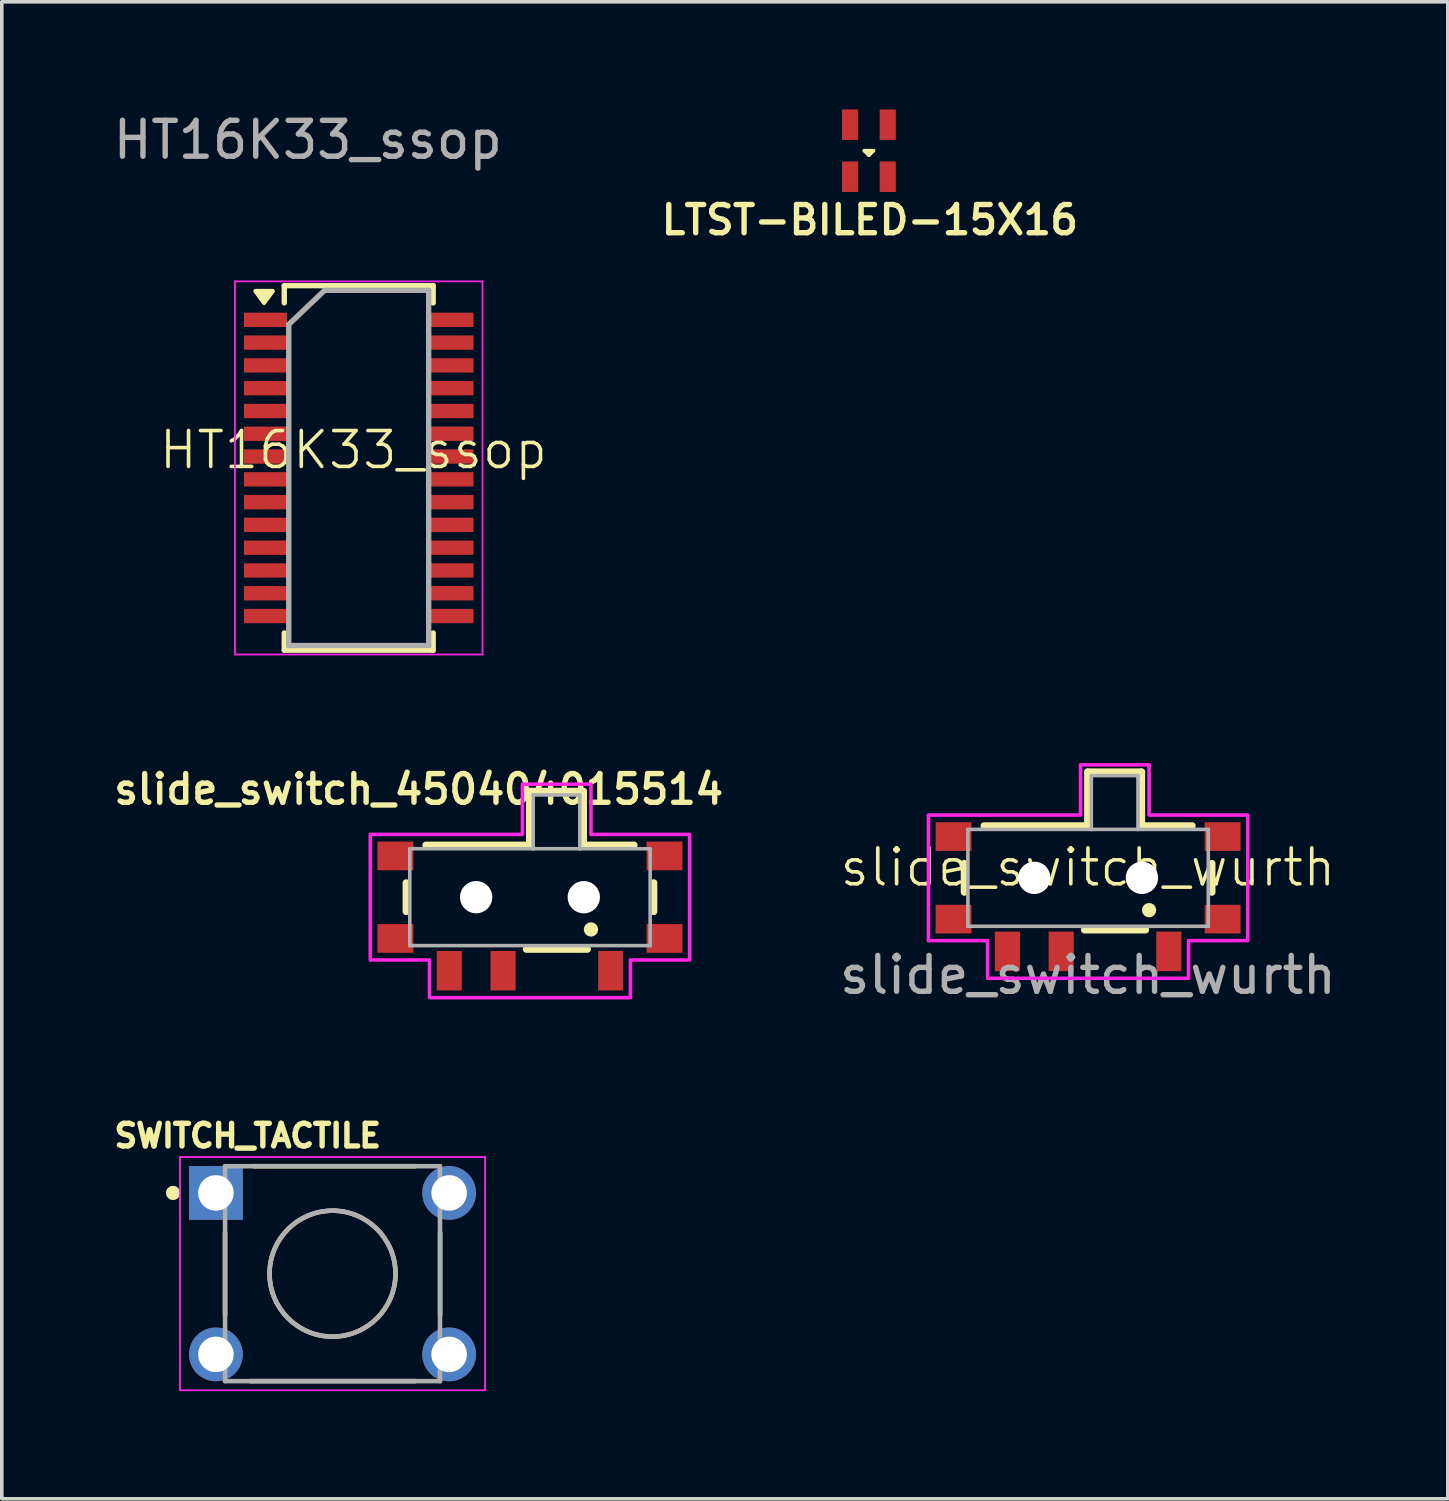
<source format=kicad_pcb>
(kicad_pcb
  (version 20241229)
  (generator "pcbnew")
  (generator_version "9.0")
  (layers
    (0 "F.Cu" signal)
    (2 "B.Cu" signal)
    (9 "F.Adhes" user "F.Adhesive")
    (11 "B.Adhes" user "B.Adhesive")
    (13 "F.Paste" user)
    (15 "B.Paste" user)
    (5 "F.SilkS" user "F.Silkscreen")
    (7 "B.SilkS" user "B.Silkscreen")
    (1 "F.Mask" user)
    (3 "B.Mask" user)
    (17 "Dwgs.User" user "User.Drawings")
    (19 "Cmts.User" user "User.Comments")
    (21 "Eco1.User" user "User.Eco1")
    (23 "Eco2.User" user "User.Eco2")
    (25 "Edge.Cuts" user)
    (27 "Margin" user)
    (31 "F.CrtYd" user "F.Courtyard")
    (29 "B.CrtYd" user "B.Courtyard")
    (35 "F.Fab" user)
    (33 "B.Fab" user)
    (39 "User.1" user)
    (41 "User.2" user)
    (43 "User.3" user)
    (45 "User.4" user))
  (footprint "SWITCH_TACTILE"
    (layer "F.Cu")
    (at 6.218 32.449)
    (property "Reference" "SWITCH_TACTILE" (at -2.363 -3.844 0) (layer "F.SilkS") (effects (font (size 0.631 0.631) (thickness 0.15))))
    (attr through_hole)
    (fp_line (start -2.995 -1.15) (end -2.995 1.15) (stroke (width 0.127) (type solid)) (layer "F.SilkS"))
    (fp_line (start -2.2 -2.995) (end 2.3 -2.995) (stroke (width 0.127) (type solid)) (layer "F.SilkS"))
    (fp_line (start 2.3 2.995) (end -2.3 2.995) (stroke (width 0.127) (type solid)) (layer "F.SilkS"))
    (fp_line (start 3 -1.15) (end 3 1.15) (stroke (width 0.127) (type solid)) (layer "F.SilkS"))
    (fp_circle (center -4.445 -2.25) (end -4.345 -2.25) (stroke (width 0.2) (type solid)) (fill no) (layer "F.SilkS"))
    (fp_circle (center 0 0) (end 1.755 0) (stroke (width 0.127) (type solid)) (fill no) (layer "F.SilkS"))
    (fp_line (start -4.25 -3.25) (end -4.25 3.25) (stroke (width 0.05) (type solid)) (layer "F.CrtYd"))
    (fp_line (start -4.25 3.25) (end 4.25 3.25) (stroke (width 0.05) (type solid)) (layer "F.CrtYd"))
    (fp_line (start 4.25 -3.25) (end -4.25 -3.25) (stroke (width 0.05) (type solid)) (layer "F.CrtYd"))
    (fp_line (start 4.25 3.25) (end 4.25 -3.25) (stroke (width 0.05) (type solid)) (layer "F.CrtYd"))
    (fp_line (start -2.995 -2.995) (end -2.995 2.995) (stroke (width 0.127) (type solid)) (layer "F.Fab"))
    (fp_line (start -2.995 2.995) (end 2.995 2.995) (stroke (width 0.127) (type solid)) (layer "F.Fab"))
    (fp_line (start 2.995 -2.995) (end -2.995 -2.995) (stroke (width 0.127) (type solid)) (layer "F.Fab"))
    (fp_line (start 2.995 2.995) (end 2.995 -2.995) (stroke (width 0.127) (type solid)) (layer "F.Fab"))
    (fp_circle (center 0 0) (end 1.755 0) (stroke (width 0.127) (type solid)) (fill no) (layer "F.Fab"))
    (pad "1" thru_hole rect (at -3.25 -2.25) (size 1.498 1.498) (drill 0.99) (layers "*.Cu" "*.Mask"))
    (pad "1" thru_hole circle (at 3.25 -2.25) (size 1.498 1.498) (drill 0.99) (layers "*.Cu" "*.Mask"))
    (pad "2" thru_hole circle (at -3.25 2.25) (size 1.498 1.498) (drill 0.99) (layers "*.Cu" "*.Mask"))
    (pad "2" thru_hole circle (at 3.25 2.25) (size 1.498 1.498) (drill 0.99) (layers "*.Cu" "*.Mask")))
  (footprint "slide_switch_wurth"
    (layer "F.Cu")
    (at 27.272 21.624)
    (property "Reference" "slide_switch_wurth" (at 0 -0.5 0) (unlocked yes) (layer "F.SilkS") (effects (font (size 1 1) (thickness 0.1))))
    (attr smd)
    (fp_line (start -3.445 -0.607) (end -3.445 0.193) (stroke (width 0.2) (type solid)) (layer "F.SilkS"))
    (fp_line (start -2.895 -1.657) (end -0.005 -1.657) (stroke (width 0.2) (type solid)) (layer "F.SilkS"))
    (fp_line (start -0.095 1.243) (end 1.605 1.243) (stroke (width 0.2) (type solid)) (layer "F.SilkS"))
    (fp_line (start -0.005 -3.157) (end 1.495 -3.157) (stroke (width 0.2) (type solid)) (layer "F.SilkS"))
    (fp_line (start -0.005 -1.657) (end -0.005 -3.157) (stroke (width 0.2) (type solid)) (layer "F.SilkS"))
    (fp_line (start 1.495 -3.157) (end 1.495 -1.657) (stroke (width 0.2) (type solid)) (layer "F.SilkS"))
    (fp_line (start 1.495 -1.657) (end 2.905 -1.657) (stroke (width 0.2) (type solid)) (layer "F.SilkS"))
    (fp_line (start 3.455 0.193) (end 3.455 -0.607) (stroke (width 0.2) (type solid)) (layer "F.SilkS"))
    (fp_circle (center 1.705 0.693) (end 1.805 0.693) (stroke (width 0.2) (type solid)) (fill no) (layer "F.SilkS"))
    (fp_poly (pts (xy -0.205 -3.357) (xy 1.705 -3.357) (xy 1.705 -1.957) (xy 4.455 -1.957) (xy 4.455 1.543) (xy 2.805 1.543) (xy 2.805 2.593) (xy -2.795 2.593) (xy -2.795 1.543) (xy -4.445 1.543) (xy -4.445 -1.957) (xy -0.205 -1.957)) (stroke (width 0.1) (type solid)) (fill no) (layer "F.CrtYd"))
    (fp_line (start -3.345 -1.557) (end 0.095 -1.557) (stroke (width 0.1) (type solid)) (layer "F.Fab"))
    (fp_line (start -3.345 1.143) (end -3.345 -1.557) (stroke (width 0.1) (type solid)) (layer "F.Fab"))
    (fp_line (start 0.095 -3.057) (end 1.395 -3.057) (stroke (width 0.1) (type solid)) (layer "F.Fab"))
    (fp_line (start 0.095 -1.557) (end 0.095 -3.057) (stroke (width 0.1) (type solid)) (layer "F.Fab"))
    (fp_line (start 0.095 -1.557) (end 1.395 -1.557) (stroke (width 0.1) (type solid)) (layer "F.Fab"))
    (fp_line (start 1.395 -3.057) (end 1.395 -1.557) (stroke (width 0.1) (type solid)) (layer "F.Fab"))
    (fp_line (start 1.395 -1.557) (end 3.355 -1.557) (stroke (width 0.1) (type solid)) (layer "F.Fab"))
    (fp_line (start 3.355 -1.557) (end 3.355 1.143) (stroke (width 0.1) (type solid)) (layer "F.Fab"))
    (fp_line (start 3.355 1.143) (end -3.345 1.143) (stroke (width 0.1) (type solid)) (layer "F.Fab"))
    (fp_text user "${REFERENCE}" (at 0 2.5 0) (unlocked yes) (layer "F.Fab") (effects (font (size 1 1) (thickness 0.15))))
    (pad "" np_thru_hole circle (at -1.495 -0.207) (size 0.9 0.9) (drill 0.9) (layers "*.Cu" "*.Mask"))
    (pad "" np_thru_hole circle (at 1.505 -0.207) (size 0.9 0.9) (drill 0.9) (layers "*.Cu" "*.Mask"))
    (pad "1" smd rect (at 2.255 1.843) (size 0.7 1.1) (layers "F.Cu" "F.Mask" "F.Paste"))
    (pad "2" smd rect (at -0.745 1.843) (size 0.7 1.1) (layers "F.Cu" "F.Mask" "F.Paste"))
    (pad "3" smd rect (at -2.245 1.843) (size 0.7 1.1) (layers "F.Cu" "F.Mask" "F.Paste"))
    (pad "Z1" smd rect (at -3.745 -1.357) (size 1 0.8) (layers "F.Cu" "F.Mask" "F.Paste"))
    (pad "Z2" smd rect (at 3.755 -1.357) (size 1 0.8) (layers "F.Cu" "F.Mask" "F.Paste"))
    (pad "Z3" smd rect (at 3.755 0.943) (size 1 0.8) (layers "F.Cu" "F.Mask" "F.Paste"))
    (pad "Z4" smd rect (at -3.745 0.943) (size 1 0.8) (layers "F.Cu" "F.Mask" "F.Paste")))
  (footprint "LTST-BILED-15X16"
    (layer "F.Cu")
    (at 21.168 1.15)
    (property "Reference" "LTST-BILED-15X16" (at 0.025 1.93 0) (layer "F.SilkS") (effects (font (size 0.787 0.787) (thickness 0.15))))
    (attr smd)
    (fp_line (start -0.127 0) (end 0.127 0) (stroke (width 0.1) (type default)) (layer "F.SilkS"))
    (fp_line (start 0 0.127) (end -0.127 0) (stroke (width 0.1) (type default)) (layer "F.SilkS"))
    (fp_line (start 0.127 0) (end 0 0.127) (stroke (width 0.1) (type default)) (layer "F.SilkS"))
    (pad "1" smd rect (at 0.525 -0.725) (size 0.45 0.85) (layers "F.Cu" "F.Mask" "F.Paste"))
    (pad "2" smd rect (at 0.525 0.725) (size 0.45 0.85) (layers "F.Cu" "F.Mask" "F.Paste"))
    (pad "3" smd rect (at -0.525 -0.725) (size 0.45 0.85) (layers "F.Cu" "F.Mask" "F.Paste"))
    (pad "4" smd rect (at -0.525 0.725) (size 0.45 0.85) (layers "F.Cu" "F.Mask" "F.Paste")))
  (footprint "HT16K33_ssop"
    (layer "F.Cu")
    (at 6.8 9.992)
    (property "Reference" "HT16K33_ssop" (at 0 -0.5 0) (unlocked yes) (layer "F.SilkS") (effects (font (size 1 1) (thickness 0.1))))
    (attr smd)
    (fp_line (start -1.927 -5.08) (end -1.927 -4.6) (stroke (width 0.15) (type solid)) (layer "F.SilkS"))
    (fp_line (start -1.927 -5.08) (end 2.223 -5.08) (stroke (width 0.15) (type solid)) (layer "F.SilkS"))
    (fp_line (start -1.927 5.08) (end -1.927 4.6) (stroke (width 0.15) (type solid)) (layer "F.SilkS"))
    (fp_line (start -1.927 5.08) (end 2.223 5.08) (stroke (width 0.15) (type solid)) (layer "F.SilkS"))
    (fp_line (start 2.223 -5.08) (end 2.223 -4.6) (stroke (width 0.15) (type solid)) (layer "F.SilkS"))
    (fp_line (start 2.223 5.08) (end 2.223 4.6) (stroke (width 0.15) (type solid)) (layer "F.SilkS"))
    (fp_poly (pts (xy -2.49 -4.6) (xy -2.729 -4.93) (xy -2.249 -4.93) (xy -2.49 -4.6)) (stroke (width 0.12) (type solid)) (fill yes) (layer "F.SilkS"))
    (fp_line (start -3.302 -5.2) (end -3.302 5.2) (stroke (width 0.05) (type solid)) (layer "F.CrtYd"))
    (fp_line (start -3.302 -5.2) (end 3.598 -5.2) (stroke (width 0.05) (type solid)) (layer "F.CrtYd"))
    (fp_line (start -3.302 5.2) (end 3.598 5.2) (stroke (width 0.05) (type solid)) (layer "F.CrtYd"))
    (fp_line (start 3.598 -5.2) (end 3.598 5.2) (stroke (width 0.05) (type solid)) (layer "F.CrtYd"))
    (fp_line (start -1.802 -4) (end -0.802 -4.95) (stroke (width 0.15) (type solid)) (layer "F.Fab"))
    (fp_line (start -1.802 4.95) (end -1.802 -4) (stroke (width 0.15) (type solid)) (layer "F.Fab"))
    (fp_line (start -0.802 -4.95) (end 2.098 -4.95) (stroke (width 0.15) (type solid)) (layer "F.Fab"))
    (fp_line (start 2.098 -4.95) (end 2.098 4.95) (stroke (width 0.15) (type solid)) (layer "F.Fab"))
    (fp_line (start 2.098 4.95) (end -1.802 4.95) (stroke (width 0.15) (type solid)) (layer "F.Fab"))
    (fp_text user "${REFERENCE}" (at -1.27 -9.144 0) (unlocked yes) (layer "F.Fab") (effects (font (size 1 1) (thickness 0.15))))
    (pad "1" smd rect (at -2.452 -4.128) (size 1.2 0.4) (layers "F.Cu" "F.Mask" "F.Paste"))
    (pad "2" smd rect (at -2.452 -3.493) (size 1.2 0.4) (layers "F.Cu" "F.Mask" "F.Paste"))
    (pad "3" smd rect (at -2.452 -2.857) (size 1.2 0.4) (layers "F.Cu" "F.Mask" "F.Paste"))
    (pad "4" smd rect (at -2.452 -2.223) (size 1.2 0.4) (layers "F.Cu" "F.Mask" "F.Paste"))
    (pad "5" smd rect (at -2.452 -1.587) (size 1.2 0.4) (layers "F.Cu" "F.Mask" "F.Paste"))
    (pad "6" smd rect (at -2.452 -0.953) (size 1.2 0.4) (layers "F.Cu" "F.Mask" "F.Paste"))
    (pad "7" smd rect (at -2.452 -0.318) (size 1.2 0.4) (layers "F.Cu" "F.Mask" "F.Paste"))
    (pad "8" smd rect (at -2.452 0.318) (size 1.2 0.4) (layers "F.Cu" "F.Mask" "F.Paste"))
    (pad "9" smd rect (at -2.452 0.953) (size 1.2 0.4) (layers "F.Cu" "F.Mask" "F.Paste"))
    (pad "10" smd rect (at -2.452 1.587) (size 1.2 0.4) (layers "F.Cu" "F.Mask" "F.Paste"))
    (pad "11" smd rect (at -2.452 2.223) (size 1.2 0.4) (layers "F.Cu" "F.Mask" "F.Paste"))
    (pad "12" smd rect (at -2.452 2.857) (size 1.2 0.4) (layers "F.Cu" "F.Mask" "F.Paste"))
    (pad "13" smd rect (at -2.452 3.493) (size 1.2 0.4) (layers "F.Cu" "F.Mask" "F.Paste"))
    (pad "14" smd rect (at -2.452 4.128) (size 1.2 0.4) (layers "F.Cu" "F.Mask" "F.Paste"))
    (pad "15" smd rect (at 2.748 4.128) (size 1.2 0.4) (layers "F.Cu" "F.Mask" "F.Paste"))
    (pad "16" smd rect (at 2.748 3.493) (size 1.2 0.4) (layers "F.Cu" "F.Mask" "F.Paste"))
    (pad "17" smd rect (at 2.748 2.857) (size 1.2 0.4) (layers "F.Cu" "F.Mask" "F.Paste"))
    (pad "18" smd rect (at 2.748 2.223) (size 1.2 0.4) (layers "F.Cu" "F.Mask" "F.Paste"))
    (pad "19" smd rect (at 2.748 1.587) (size 1.2 0.4) (layers "F.Cu" "F.Mask" "F.Paste"))
    (pad "20" smd rect (at 2.748 0.953) (size 1.2 0.4) (layers "F.Cu" "F.Mask" "F.Paste"))
    (pad "21" smd rect (at 2.748 0.318) (size 1.2 0.4) (layers "F.Cu" "F.Mask" "F.Paste"))
    (pad "22" smd rect (at 2.748 -0.318) (size 1.2 0.4) (layers "F.Cu" "F.Mask" "F.Paste"))
    (pad "23" smd rect (at 2.748 -0.953) (size 1.2 0.4) (layers "F.Cu" "F.Mask" "F.Paste"))
    (pad "24" smd rect (at 2.748 -1.587) (size 1.2 0.4) (layers "F.Cu" "F.Mask" "F.Paste"))
    (pad "25" smd rect (at 2.748 -2.223) (size 1.2 0.4) (layers "F.Cu" "F.Mask" "F.Paste"))
    (pad "26" smd rect (at 2.748 -2.857) (size 1.2 0.4) (layers "F.Cu" "F.Mask" "F.Paste"))
    (pad "27" smd rect (at 2.748 -3.493) (size 1.2 0.4) (layers "F.Cu" "F.Mask" "F.Paste"))
    (pad "28" smd rect (at 2.748 -4.128) (size 1.2 0.4) (layers "F.Cu" "F.Mask" "F.Paste")))
  (footprint "slide_switch_450404015514"
    (layer "F.Cu")
    (at 11.721 21.956)
    (property "Reference" "slide_switch_450404015514" (at -3.1 -3.008 0) (layer "F.SilkS") (effects (font (size 0.8 0.8) (thickness 0.15))))
    (attr smd)
    (fp_line (start -3.45 -0.4) (end -3.45 0.4) (stroke (width 0.2) (type solid)) (layer "F.SilkS"))
    (fp_line (start -2.9 -1.45) (end -0.01 -1.45) (stroke (width 0.2) (type solid)) (layer "F.SilkS"))
    (fp_line (start -0.1 1.45) (end 1.6 1.45) (stroke (width 0.2) (type solid)) (layer "F.SilkS"))
    (fp_line (start -0.01 -2.95) (end 1.49 -2.95) (stroke (width 0.2) (type solid)) (layer "F.SilkS"))
    (fp_line (start -0.01 -1.45) (end -0.01 -2.95) (stroke (width 0.2) (type solid)) (layer "F.SilkS"))
    (fp_line (start 1.49 -2.95) (end 1.49 -1.45) (stroke (width 0.2) (type solid)) (layer "F.SilkS"))
    (fp_line (start 1.49 -1.45) (end 2.9 -1.45) (stroke (width 0.2) (type solid)) (layer "F.SilkS"))
    (fp_line (start 3.45 0.4) (end 3.45 -0.4) (stroke (width 0.2) (type solid)) (layer "F.SilkS"))
    (fp_circle (center 1.7 0.9) (end 1.8 0.9) (stroke (width 0.2) (type solid)) (fill no) (layer "F.SilkS"))
    (fp_poly (pts (xy -0.21 -3.15) (xy 1.7 -3.15) (xy 1.7 -1.75) (xy 4.45 -1.75) (xy 4.45 1.75) (xy 2.8 1.75) (xy 2.8 2.8) (xy -2.8 2.8) (xy -2.8 1.75) (xy -4.45 1.75) (xy -4.45 -1.75) (xy -0.21 -1.75)) (stroke (width 0.1) (type solid)) (fill no) (layer "F.CrtYd"))
    (fp_line (start -3.35 -1.35) (end 0.09 -1.35) (stroke (width 0.1) (type solid)) (layer "F.Fab"))
    (fp_line (start -3.35 1.35) (end -3.35 -1.35) (stroke (width 0.1) (type solid)) (layer "F.Fab"))
    (fp_line (start 0.09 -2.85) (end 1.39 -2.85) (stroke (width 0.1) (type solid)) (layer "F.Fab"))
    (fp_line (start 0.09 -1.35) (end 0.09 -2.85) (stroke (width 0.1) (type solid)) (layer "F.Fab"))
    (fp_line (start 0.09 -1.35) (end 1.39 -1.35) (stroke (width 0.1) (type solid)) (layer "F.Fab"))
    (fp_line (start 1.39 -2.85) (end 1.39 -1.35) (stroke (width 0.1) (type solid)) (layer "F.Fab"))
    (fp_line (start 1.39 -1.35) (end 3.35 -1.35) (stroke (width 0.1) (type solid)) (layer "F.Fab"))
    (fp_line (start 3.35 -1.35) (end 3.35 1.35) (stroke (width 0.1) (type solid)) (layer "F.Fab"))
    (fp_line (start 3.35 1.35) (end -3.35 1.35) (stroke (width 0.1) (type solid)) (layer "F.Fab"))
    (pad "" np_thru_hole circle (at -1.5 0) (size 0.9 0.9) (drill 0.9) (layers "*.Cu" "*.Mask"))
    (pad "" np_thru_hole circle (at 1.5 0) (size 0.9 0.9) (drill 0.9) (layers "*.Cu" "*.Mask"))
    (pad "1" smd rect (at 2.25 2.05) (size 0.7 1.1) (layers "F.Cu" "F.Mask" "F.Paste"))
    (pad "2" smd rect (at -0.75 2.05) (size 0.7 1.1) (layers "F.Cu" "F.Mask" "F.Paste"))
    (pad "3" smd rect (at -2.25 2.05) (size 0.7 1.1) (layers "F.Cu" "F.Mask" "F.Paste"))
    (pad "Z1" smd rect (at -3.75 -1.15) (size 1 0.8) (layers "F.Cu" "F.Mask" "F.Paste"))
    (pad "Z2" smd rect (at 3.75 -1.15) (size 1 0.8) (layers "F.Cu" "F.Mask" "F.Paste"))
    (pad "Z3" smd rect (at 3.75 1.15) (size 1 0.8) (layers "F.Cu" "F.Mask" "F.Paste"))
    (pad "Z4" smd rect (at -3.75 1.15) (size 1 0.8) (layers "F.Cu" "F.Mask" "F.Paste")))
  (gr_rect
    (start -3 -3)
    (end 37.302 38.724)
    (stroke (width 0.1) (type default))
    (fill no)
    (layer "Edge.Cuts")))
</source>
